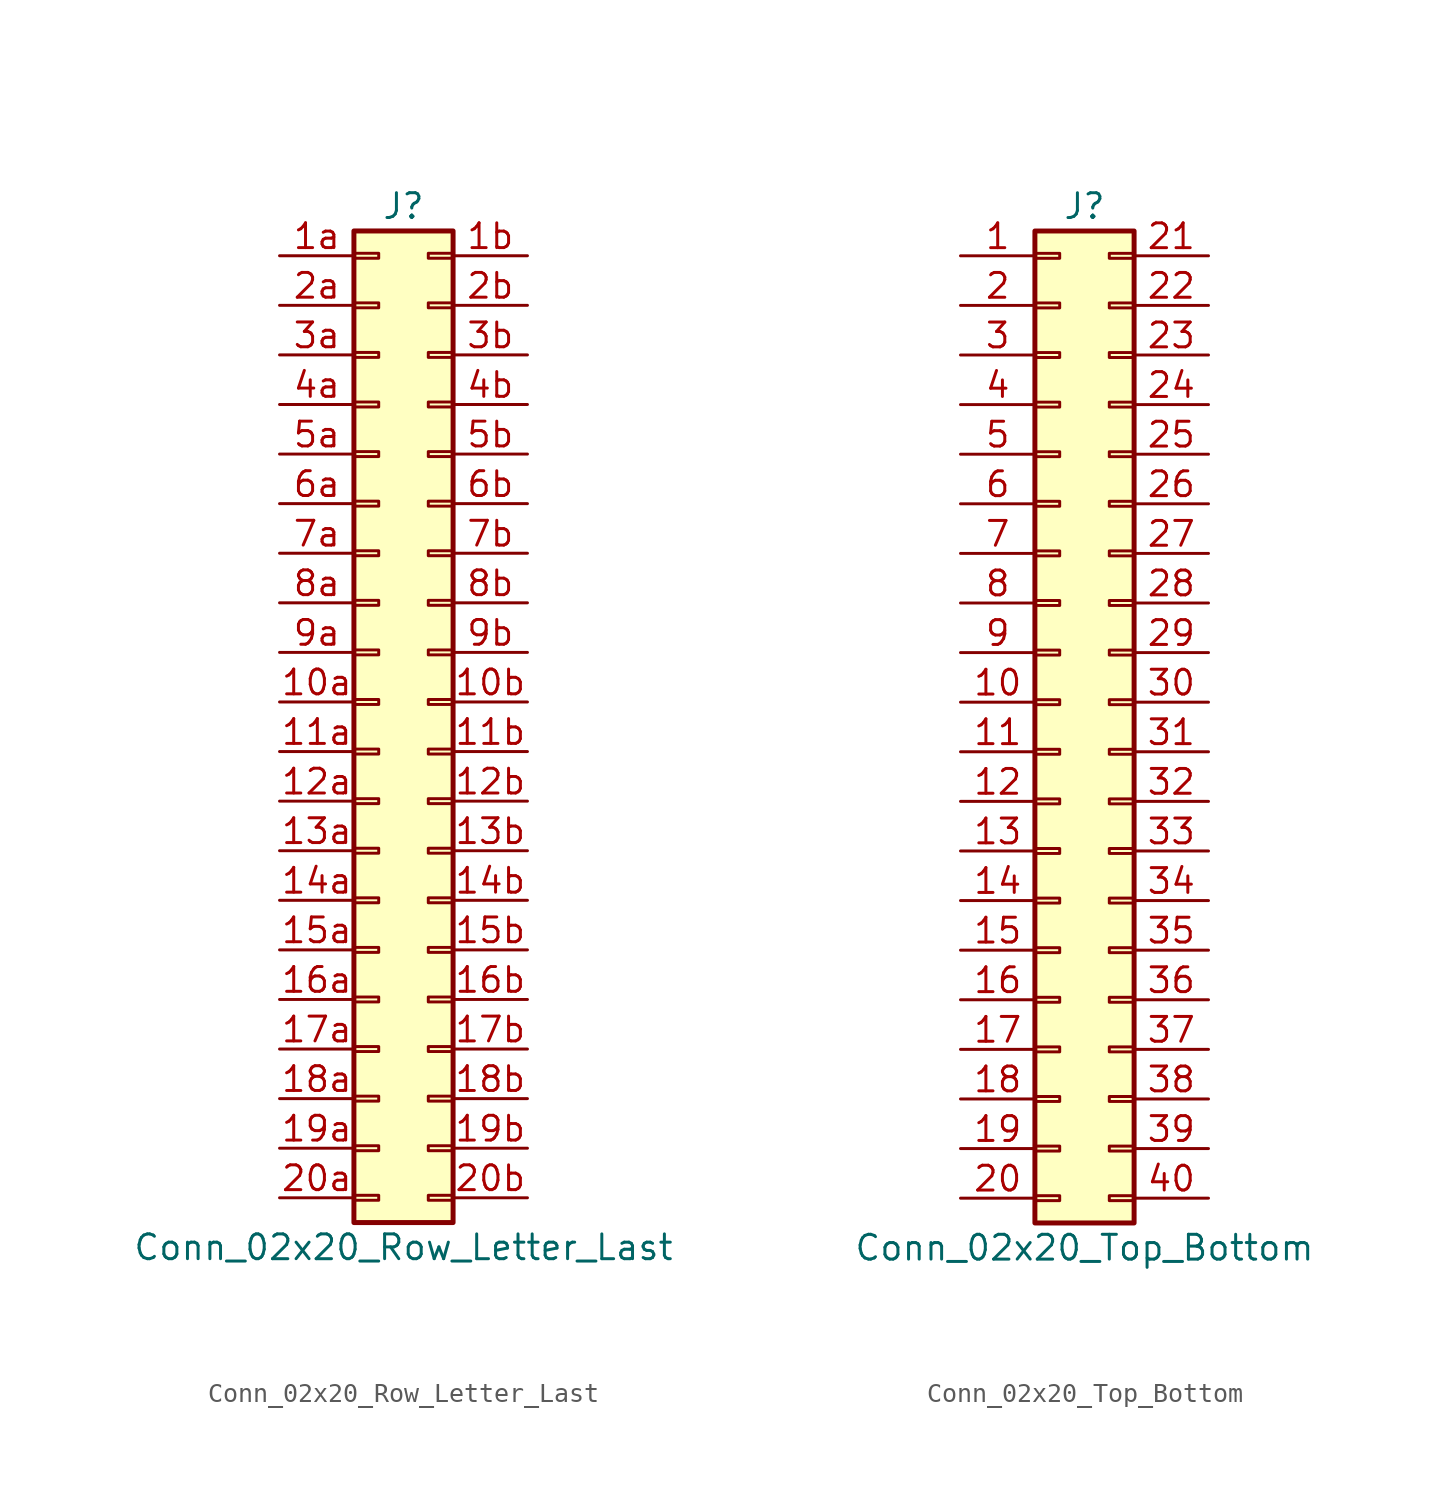
<source format=kicad_sym>
(kicad_symbol_lib
  (version 20220914)
  (generator kicad_symbol_editor)
  (symbol "Conn_02x20_Row_Letter_Last"
    (pin_names
      (offset 1.016) hide)
    (property "Reference" "J"
      (at 1.27 25.4 0)
      (effects (font (size 1.27 1.27))))
    (property "Value" "Conn_02x20_Row_Letter_Last"
      (at 1.27 -27.94 0)
      (effects (font (size 1.27 1.27))))
    (symbol "Conn_02x20_Row_Letter_Last_1_1"
      (rectangle (start -1.27 -25.273) (end 0 -25.527) (stroke (width 0.152) (type default)) (fill (type none)))
      (rectangle (start -1.27 -22.733) (end 0 -22.987) (stroke (width 0.152) (type default)) (fill (type none)))
      (rectangle (start -1.27 -20.193) (end 0 -20.447) (stroke (width 0.152) (type default)) (fill (type none)))
      (rectangle (start -1.27 -17.653) (end 0 -17.907) (stroke (width 0.152) (type default)) (fill (type none)))
      (rectangle (start -1.27 -15.113) (end 0 -15.367) (stroke (width 0.152) (type default)) (fill (type none)))
      (rectangle (start -1.27 -12.573) (end 0 -12.827) (stroke (width 0.152) (type default)) (fill (type none)))
      (rectangle (start -1.27 -10.033) (end 0 -10.287) (stroke (width 0.152) (type default)) (fill (type none)))
      (rectangle (start -1.27 -7.493) (end 0 -7.747) (stroke (width 0.152) (type default)) (fill (type none)))
      (rectangle (start -1.27 -4.953) (end 0 -5.207) (stroke (width 0.152) (type default)) (fill (type none)))
      (rectangle (start -1.27 -2.413) (end 0 -2.667) (stroke (width 0.152) (type default)) (fill (type none)))
      (rectangle (start -1.27 0.127) (end 0 -0.127) (stroke (width 0.152) (type default)) (fill (type none)))
      (rectangle (start -1.27 2.667) (end 0 2.413) (stroke (width 0.152) (type default)) (fill (type none)))
      (rectangle (start -1.27 5.207) (end 0 4.953) (stroke (width 0.152) (type default)) (fill (type none)))
      (rectangle (start -1.27 7.747) (end 0 7.493) (stroke (width 0.152) (type default)) (fill (type none)))
      (rectangle (start -1.27 10.287) (end 0 10.033) (stroke (width 0.152) (type default)) (fill (type none)))
      (rectangle (start -1.27 12.827) (end 0 12.573) (stroke (width 0.152) (type default)) (fill (type none)))
      (rectangle (start -1.27 15.367) (end 0 15.113) (stroke (width 0.152) (type default)) (fill (type none)))
      (rectangle (start -1.27 17.907) (end 0 17.653) (stroke (width 0.152) (type default)) (fill (type none)))
      (rectangle (start -1.27 20.447) (end 0 20.193) (stroke (width 0.152) (type default)) (fill (type none)))
      (rectangle (start -1.27 22.987) (end 0 22.733) (stroke (width 0.152) (type default)) (fill (type none)))
      (rectangle (start -1.27 24.13) (end 3.81 -26.67) (stroke (width 0.254) (type default)) (fill (type background)))
      (rectangle (start 3.81 -25.273) (end 2.54 -25.527) (stroke (width 0.152) (type default)) (fill (type none)))
      (rectangle (start 3.81 -22.733) (end 2.54 -22.987) (stroke (width 0.152) (type default)) (fill (type none)))
      (rectangle (start 3.81 -20.193) (end 2.54 -20.447) (stroke (width 0.152) (type default)) (fill (type none)))
      (rectangle (start 3.81 -17.653) (end 2.54 -17.907) (stroke (width 0.152) (type default)) (fill (type none)))
      (rectangle (start 3.81 -15.113) (end 2.54 -15.367) (stroke (width 0.152) (type default)) (fill (type none)))
      (rectangle (start 3.81 -12.573) (end 2.54 -12.827) (stroke (width 0.152) (type default)) (fill (type none)))
      (rectangle (start 3.81 -10.033) (end 2.54 -10.287) (stroke (width 0.152) (type default)) (fill (type none)))
      (rectangle (start 3.81 -7.493) (end 2.54 -7.747) (stroke (width 0.152) (type default)) (fill (type none)))
      (rectangle (start 3.81 -4.953) (end 2.54 -5.207) (stroke (width 0.152) (type default)) (fill (type none)))
      (rectangle (start 3.81 -2.413) (end 2.54 -2.667) (stroke (width 0.152) (type default)) (fill (type none)))
      (rectangle (start 3.81 0.127) (end 2.54 -0.127) (stroke (width 0.152) (type default)) (fill (type none)))
      (rectangle (start 3.81 2.667) (end 2.54 2.413) (stroke (width 0.152) (type default)) (fill (type none)))
      (rectangle (start 3.81 5.207) (end 2.54 4.953) (stroke (width 0.152) (type default)) (fill (type none)))
      (rectangle (start 3.81 7.747) (end 2.54 7.493) (stroke (width 0.152) (type default)) (fill (type none)))
      (rectangle (start 3.81 10.287) (end 2.54 10.033) (stroke (width 0.152) (type default)) (fill (type none)))
      (rectangle (start 3.81 12.827) (end 2.54 12.573) (stroke (width 0.152) (type default)) (fill (type none)))
      (rectangle (start 3.81 15.367) (end 2.54 15.113) (stroke (width 0.152) (type default)) (fill (type none)))
      (rectangle (start 3.81 17.907) (end 2.54 17.653) (stroke (width 0.152) (type default)) (fill (type none)))
      (rectangle (start 3.81 20.447) (end 2.54 20.193) (stroke (width 0.152) (type default)) (fill (type none)))
      (rectangle (start 3.81 22.987) (end 2.54 22.733) (stroke (width 0.152) (type default)) (fill (type none)))
      (pin passive line (at -5.08 0 0) (length 3.81) (name "Pin_10a" (effects (font (size 1.27 1.27)))) (number "10a" (effects (font (size 1.27 1.27)))))
      (pin passive line (at 7.62 0 180) (length 3.81) (name "Pin_10b" (effects (font (size 1.27 1.27)))) (number "10b" (effects (font (size 1.27 1.27)))))
      (pin passive line (at -5.08 -2.54 0) (length 3.81) (name "Pin_11a" (effects (font (size 1.27 1.27)))) (number "11a" (effects (font (size 1.27 1.27)))))
      (pin passive line (at 7.62 -2.54 180) (length 3.81) (name "Pin_11b" (effects (font (size 1.27 1.27)))) (number "11b" (effects (font (size 1.27 1.27)))))
      (pin passive line (at -5.08 -5.08 0) (length 3.81) (name "Pin_12a" (effects (font (size 1.27 1.27)))) (number "12a" (effects (font (size 1.27 1.27)))))
      (pin passive line (at 7.62 -5.08 180) (length 3.81) (name "Pin_12b" (effects (font (size 1.27 1.27)))) (number "12b" (effects (font (size 1.27 1.27)))))
      (pin passive line (at -5.08 -7.62 0) (length 3.81) (name "Pin_13a" (effects (font (size 1.27 1.27)))) (number "13a" (effects (font (size 1.27 1.27)))))
      (pin passive line (at 7.62 -7.62 180) (length 3.81) (name "Pin_13b" (effects (font (size 1.27 1.27)))) (number "13b" (effects (font (size 1.27 1.27)))))
      (pin passive line (at -5.08 -10.16 0) (length 3.81) (name "Pin_14a" (effects (font (size 1.27 1.27)))) (number "14a" (effects (font (size 1.27 1.27)))))
      (pin passive line (at 7.62 -10.16 180) (length 3.81) (name "Pin_14b" (effects (font (size 1.27 1.27)))) (number "14b" (effects (font (size 1.27 1.27)))))
      (pin passive line (at -5.08 -12.7 0) (length 3.81) (name "Pin_15a" (effects (font (size 1.27 1.27)))) (number "15a" (effects (font (size 1.27 1.27)))))
      (pin passive line (at 7.62 -12.7 180) (length 3.81) (name "Pin_15b" (effects (font (size 1.27 1.27)))) (number "15b" (effects (font (size 1.27 1.27)))))
      (pin passive line (at -5.08 -15.24 0) (length 3.81) (name "Pin_16a" (effects (font (size 1.27 1.27)))) (number "16a" (effects (font (size 1.27 1.27)))))
      (pin passive line (at 7.62 -15.24 180) (length 3.81) (name "Pin_16b" (effects (font (size 1.27 1.27)))) (number "16b" (effects (font (size 1.27 1.27)))))
      (pin passive line (at -5.08 -17.78 0) (length 3.81) (name "Pin_17a" (effects (font (size 1.27 1.27)))) (number "17a" (effects (font (size 1.27 1.27)))))
      (pin passive line (at 7.62 -17.78 180) (length 3.81) (name "Pin_17b" (effects (font (size 1.27 1.27)))) (number "17b" (effects (font (size 1.27 1.27)))))
      (pin passive line (at -5.08 -20.32 0) (length 3.81) (name "Pin_18a" (effects (font (size 1.27 1.27)))) (number "18a" (effects (font (size 1.27 1.27)))))
      (pin passive line (at 7.62 -20.32 180) (length 3.81) (name "Pin_18b" (effects (font (size 1.27 1.27)))) (number "18b" (effects (font (size 1.27 1.27)))))
      (pin passive line (at -5.08 -22.86 0) (length 3.81) (name "Pin_19a" (effects (font (size 1.27 1.27)))) (number "19a" (effects (font (size 1.27 1.27)))))
      (pin passive line (at 7.62 -22.86 180) (length 3.81) (name "Pin_19b" (effects (font (size 1.27 1.27)))) (number "19b" (effects (font (size 1.27 1.27)))))
      (pin passive line (at -5.08 22.86 0) (length 3.81) (name "Pin_1a" (effects (font (size 1.27 1.27)))) (number "1a" (effects (font (size 1.27 1.27)))))
      (pin passive line (at 7.62 22.86 180) (length 3.81) (name "Pin_1b" (effects (font (size 1.27 1.27)))) (number "1b" (effects (font (size 1.27 1.27)))))
      (pin passive line (at -5.08 -25.4 0) (length 3.81) (name "Pin_20a" (effects (font (size 1.27 1.27)))) (number "20a" (effects (font (size 1.27 1.27)))))
      (pin passive line (at 7.62 -25.4 180) (length 3.81) (name "Pin_20b" (effects (font (size 1.27 1.27)))) (number "20b" (effects (font (size 1.27 1.27)))))
      (pin passive line (at -5.08 20.32 0) (length 3.81) (name "Pin_2a" (effects (font (size 1.27 1.27)))) (number "2a" (effects (font (size 1.27 1.27)))))
      (pin passive line (at 7.62 20.32 180) (length 3.81) (name "Pin_2b" (effects (font (size 1.27 1.27)))) (number "2b" (effects (font (size 1.27 1.27)))))
      (pin passive line (at -5.08 17.78 0) (length 3.81) (name "Pin_3a" (effects (font (size 1.27 1.27)))) (number "3a" (effects (font (size 1.27 1.27)))))
      (pin passive line (at 7.62 17.78 180) (length 3.81) (name "Pin_3b" (effects (font (size 1.27 1.27)))) (number "3b" (effects (font (size 1.27 1.27)))))
      (pin passive line (at -5.08 15.24 0) (length 3.81) (name "Pin_4a" (effects (font (size 1.27 1.27)))) (number "4a" (effects (font (size 1.27 1.27)))))
      (pin passive line (at 7.62 15.24 180) (length 3.81) (name "Pin_4b" (effects (font (size 1.27 1.27)))) (number "4b" (effects (font (size 1.27 1.27)))))
      (pin passive line (at -5.08 12.7 0) (length 3.81) (name "Pin_5a" (effects (font (size 1.27 1.27)))) (number "5a" (effects (font (size 1.27 1.27)))))
      (pin passive line (at 7.62 12.7 180) (length 3.81) (name "Pin_5b" (effects (font (size 1.27 1.27)))) (number "5b" (effects (font (size 1.27 1.27)))))
      (pin passive line (at -5.08 10.16 0) (length 3.81) (name "Pin_6a" (effects (font (size 1.27 1.27)))) (number "6a" (effects (font (size 1.27 1.27)))))
      (pin passive line (at 7.62 10.16 180) (length 3.81) (name "Pin_6b" (effects (font (size 1.27 1.27)))) (number "6b" (effects (font (size 1.27 1.27)))))
      (pin passive line (at -5.08 7.62 0) (length 3.81) (name "Pin_7a" (effects (font (size 1.27 1.27)))) (number "7a" (effects (font (size 1.27 1.27)))))
      (pin passive line (at 7.62 7.62 180) (length 3.81) (name "Pin_7b" (effects (font (size 1.27 1.27)))) (number "7b" (effects (font (size 1.27 1.27)))))
      (pin passive line (at -5.08 5.08 0) (length 3.81) (name "Pin_8a" (effects (font (size 1.27 1.27)))) (number "8a" (effects (font (size 1.27 1.27)))))
      (pin passive line (at 7.62 5.08 180) (length 3.81) (name "Pin_8b" (effects (font (size 1.27 1.27)))) (number "8b" (effects (font (size 1.27 1.27)))))
      (pin passive line (at -5.08 2.54 0) (length 3.81) (name "Pin_9a" (effects (font (size 1.27 1.27)))) (number "9a" (effects (font (size 1.27 1.27)))))
      (pin passive line (at 7.62 2.54 180) (length 3.81) (name "Pin_9b" (effects (font (size 1.27 1.27)))) (number "9b" (effects (font (size 1.27 1.27)))))))
  (symbol "Conn_02x20_Top_Bottom"
    (pin_names
      (offset 1.016) hide)
    (property "Reference" "J"
      (at 1.27 25.4 0)
      (effects (font (size 1.27 1.27))))
    (property "Value" "Conn_02x20_Top_Bottom"
      (at 1.27 -27.94 0)
      (effects (font (size 1.27 1.27))))
    (symbol "Conn_02x20_Top_Bottom_1_1"
      (rectangle (start -1.27 -25.273) (end 0 -25.527) (stroke (width 0.152) (type default)) (fill (type none)))
      (rectangle (start -1.27 -22.733) (end 0 -22.987) (stroke (width 0.152) (type default)) (fill (type none)))
      (rectangle (start -1.27 -20.193) (end 0 -20.447) (stroke (width 0.152) (type default)) (fill (type none)))
      (rectangle (start -1.27 -17.653) (end 0 -17.907) (stroke (width 0.152) (type default)) (fill (type none)))
      (rectangle (start -1.27 -15.113) (end 0 -15.367) (stroke (width 0.152) (type default)) (fill (type none)))
      (rectangle (start -1.27 -12.573) (end 0 -12.827) (stroke (width 0.152) (type default)) (fill (type none)))
      (rectangle (start -1.27 -10.033) (end 0 -10.287) (stroke (width 0.152) (type default)) (fill (type none)))
      (rectangle (start -1.27 -7.493) (end 0 -7.747) (stroke (width 0.152) (type default)) (fill (type none)))
      (rectangle (start -1.27 -4.953) (end 0 -5.207) (stroke (width 0.152) (type default)) (fill (type none)))
      (rectangle (start -1.27 -2.413) (end 0 -2.667) (stroke (width 0.152) (type default)) (fill (type none)))
      (rectangle (start -1.27 0.127) (end 0 -0.127) (stroke (width 0.152) (type default)) (fill (type none)))
      (rectangle (start -1.27 2.667) (end 0 2.413) (stroke (width 0.152) (type default)) (fill (type none)))
      (rectangle (start -1.27 5.207) (end 0 4.953) (stroke (width 0.152) (type default)) (fill (type none)))
      (rectangle (start -1.27 7.747) (end 0 7.493) (stroke (width 0.152) (type default)) (fill (type none)))
      (rectangle (start -1.27 10.287) (end 0 10.033) (stroke (width 0.152) (type default)) (fill (type none)))
      (rectangle (start -1.27 12.827) (end 0 12.573) (stroke (width 0.152) (type default)) (fill (type none)))
      (rectangle (start -1.27 15.367) (end 0 15.113) (stroke (width 0.152) (type default)) (fill (type none)))
      (rectangle (start -1.27 17.907) (end 0 17.653) (stroke (width 0.152) (type default)) (fill (type none)))
      (rectangle (start -1.27 20.447) (end 0 20.193) (stroke (width 0.152) (type default)) (fill (type none)))
      (rectangle (start -1.27 22.987) (end 0 22.733) (stroke (width 0.152) (type default)) (fill (type none)))
      (rectangle (start -1.27 24.13) (end 3.81 -26.67) (stroke (width 0.254) (type default)) (fill (type background)))
      (rectangle (start 3.81 -25.273) (end 2.54 -25.527) (stroke (width 0.152) (type default)) (fill (type none)))
      (rectangle (start 3.81 -22.733) (end 2.54 -22.987) (stroke (width 0.152) (type default)) (fill (type none)))
      (rectangle (start 3.81 -20.193) (end 2.54 -20.447) (stroke (width 0.152) (type default)) (fill (type none)))
      (rectangle (start 3.81 -17.653) (end 2.54 -17.907) (stroke (width 0.152) (type default)) (fill (type none)))
      (rectangle (start 3.81 -15.113) (end 2.54 -15.367) (stroke (width 0.152) (type default)) (fill (type none)))
      (rectangle (start 3.81 -12.573) (end 2.54 -12.827) (stroke (width 0.152) (type default)) (fill (type none)))
      (rectangle (start 3.81 -10.033) (end 2.54 -10.287) (stroke (width 0.152) (type default)) (fill (type none)))
      (rectangle (start 3.81 -7.493) (end 2.54 -7.747) (stroke (width 0.152) (type default)) (fill (type none)))
      (rectangle (start 3.81 -4.953) (end 2.54 -5.207) (stroke (width 0.152) (type default)) (fill (type none)))
      (rectangle (start 3.81 -2.413) (end 2.54 -2.667) (stroke (width 0.152) (type default)) (fill (type none)))
      (rectangle (start 3.81 0.127) (end 2.54 -0.127) (stroke (width 0.152) (type default)) (fill (type none)))
      (rectangle (start 3.81 2.667) (end 2.54 2.413) (stroke (width 0.152) (type default)) (fill (type none)))
      (rectangle (start 3.81 5.207) (end 2.54 4.953) (stroke (width 0.152) (type default)) (fill (type none)))
      (rectangle (start 3.81 7.747) (end 2.54 7.493) (stroke (width 0.152) (type default)) (fill (type none)))
      (rectangle (start 3.81 10.287) (end 2.54 10.033) (stroke (width 0.152) (type default)) (fill (type none)))
      (rectangle (start 3.81 12.827) (end 2.54 12.573) (stroke (width 0.152) (type default)) (fill (type none)))
      (rectangle (start 3.81 15.367) (end 2.54 15.113) (stroke (width 0.152) (type default)) (fill (type none)))
      (rectangle (start 3.81 17.907) (end 2.54 17.653) (stroke (width 0.152) (type default)) (fill (type none)))
      (rectangle (start 3.81 20.447) (end 2.54 20.193) (stroke (width 0.152) (type default)) (fill (type none)))
      (rectangle (start 3.81 22.987) (end 2.54 22.733) (stroke (width 0.152) (type default)) (fill (type none)))
      (pin passive line (at -5.08 22.86 0) (length 3.81) (name "Pin_1" (effects (font (size 1.27 1.27)))) (number "1" (effects (font (size 1.27 1.27)))))
      (pin passive line (at -5.08 0 0) (length 3.81) (name "Pin_10" (effects (font (size 1.27 1.27)))) (number "10" (effects (font (size 1.27 1.27)))))
      (pin passive line (at -5.08 -2.54 0) (length 3.81) (name "Pin_11" (effects (font (size 1.27 1.27)))) (number "11" (effects (font (size 1.27 1.27)))))
      (pin passive line (at -5.08 -5.08 0) (length 3.81) (name "Pin_12" (effects (font (size 1.27 1.27)))) (number "12" (effects (font (size 1.27 1.27)))))
      (pin passive line (at -5.08 -7.62 0) (length 3.81) (name "Pin_13" (effects (font (size 1.27 1.27)))) (number "13" (effects (font (size 1.27 1.27)))))
      (pin passive line (at -5.08 -10.16 0) (length 3.81) (name "Pin_14" (effects (font (size 1.27 1.27)))) (number "14" (effects (font (size 1.27 1.27)))))
      (pin passive line (at -5.08 -12.7 0) (length 3.81) (name "Pin_15" (effects (font (size 1.27 1.27)))) (number "15" (effects (font (size 1.27 1.27)))))
      (pin passive line (at -5.08 -15.24 0) (length 3.81) (name "Pin_16" (effects (font (size 1.27 1.27)))) (number "16" (effects (font (size 1.27 1.27)))))
      (pin passive line (at -5.08 -17.78 0) (length 3.81) (name "Pin_17" (effects (font (size 1.27 1.27)))) (number "17" (effects (font (size 1.27 1.27)))))
      (pin passive line (at -5.08 -20.32 0) (length 3.81) (name "Pin_18" (effects (font (size 1.27 1.27)))) (number "18" (effects (font (size 1.27 1.27)))))
      (pin passive line (at -5.08 -22.86 0) (length 3.81) (name "Pin_19" (effects (font (size 1.27 1.27)))) (number "19" (effects (font (size 1.27 1.27)))))
      (pin passive line (at -5.08 20.32 0) (length 3.81) (name "Pin_2" (effects (font (size 1.27 1.27)))) (number "2" (effects (font (size 1.27 1.27)))))
      (pin passive line (at -5.08 -25.4 0) (length 3.81) (name "Pin_20" (effects (font (size 1.27 1.27)))) (number "20" (effects (font (size 1.27 1.27)))))
      (pin passive line (at 7.62 22.86 180) (length 3.81) (name "Pin_21" (effects (font (size 1.27 1.27)))) (number "21" (effects (font (size 1.27 1.27)))))
      (pin passive line (at 7.62 20.32 180) (length 3.81) (name "Pin_22" (effects (font (size 1.27 1.27)))) (number "22" (effects (font (size 1.27 1.27)))))
      (pin passive line (at 7.62 17.78 180) (length 3.81) (name "Pin_23" (effects (font (size 1.27 1.27)))) (number "23" (effects (font (size 1.27 1.27)))))
      (pin passive line (at 7.62 15.24 180) (length 3.81) (name "Pin_24" (effects (font (size 1.27 1.27)))) (number "24" (effects (font (size 1.27 1.27)))))
      (pin passive line (at 7.62 12.7 180) (length 3.81) (name "Pin_25" (effects (font (size 1.27 1.27)))) (number "25" (effects (font (size 1.27 1.27)))))
      (pin passive line (at 7.62 10.16 180) (length 3.81) (name "Pin_26" (effects (font (size 1.27 1.27)))) (number "26" (effects (font (size 1.27 1.27)))))
      (pin passive line (at 7.62 7.62 180) (length 3.81) (name "Pin_27" (effects (font (size 1.27 1.27)))) (number "27" (effects (font (size 1.27 1.27)))))
      (pin passive line (at 7.62 5.08 180) (length 3.81) (name "Pin_28" (effects (font (size 1.27 1.27)))) (number "28" (effects (font (size 1.27 1.27)))))
      (pin passive line (at 7.62 2.54 180) (length 3.81) (name "Pin_29" (effects (font (size 1.27 1.27)))) (number "29" (effects (font (size 1.27 1.27)))))
      (pin passive line (at -5.08 17.78 0) (length 3.81) (name "Pin_3" (effects (font (size 1.27 1.27)))) (number "3" (effects (font (size 1.27 1.27)))))
      (pin passive line (at 7.62 0 180) (length 3.81) (name "Pin_30" (effects (font (size 1.27 1.27)))) (number "30" (effects (font (size 1.27 1.27)))))
      (pin passive line (at 7.62 -2.54 180) (length 3.81) (name "Pin_31" (effects (font (size 1.27 1.27)))) (number "31" (effects (font (size 1.27 1.27)))))
      (pin passive line (at 7.62 -5.08 180) (length 3.81) (name "Pin_32" (effects (font (size 1.27 1.27)))) (number "32" (effects (font (size 1.27 1.27)))))
      (pin passive line (at 7.62 -7.62 180) (length 3.81) (name "Pin_33" (effects (font (size 1.27 1.27)))) (number "33" (effects (font (size 1.27 1.27)))))
      (pin passive line (at 7.62 -10.16 180) (length 3.81) (name "Pin_34" (effects (font (size 1.27 1.27)))) (number "34" (effects (font (size 1.27 1.27)))))
      (pin passive line (at 7.62 -12.7 180) (length 3.81) (name "Pin_35" (effects (font (size 1.27 1.27)))) (number "35" (effects (font (size 1.27 1.27)))))
      (pin passive line (at 7.62 -15.24 180) (length 3.81) (name "Pin_36" (effects (font (size 1.27 1.27)))) (number "36" (effects (font (size 1.27 1.27)))))
      (pin passive line (at 7.62 -17.78 180) (length 3.81) (name "Pin_37" (effects (font (size 1.27 1.27)))) (number "37" (effects (font (size 1.27 1.27)))))
      (pin passive line (at 7.62 -20.32 180) (length 3.81) (name "Pin_38" (effects (font (size 1.27 1.27)))) (number "38" (effects (font (size 1.27 1.27)))))
      (pin passive line (at 7.62 -22.86 180) (length 3.81) (name "Pin_39" (effects (font (size 1.27 1.27)))) (number "39" (effects (font (size 1.27 1.27)))))
      (pin passive line (at -5.08 15.24 0) (length 3.81) (name "Pin_4" (effects (font (size 1.27 1.27)))) (number "4" (effects (font (size 1.27 1.27)))))
      (pin passive line (at 7.62 -25.4 180) (length 3.81) (name "Pin_40" (effects (font (size 1.27 1.27)))) (number "40" (effects (font (size 1.27 1.27)))))
      (pin passive line (at -5.08 12.7 0) (length 3.81) (name "Pin_5" (effects (font (size 1.27 1.27)))) (number "5" (effects (font (size 1.27 1.27)))))
      (pin passive line (at -5.08 10.16 0) (length 3.81) (name "Pin_6" (effects (font (size 1.27 1.27)))) (number "6" (effects (font (size 1.27 1.27)))))
      (pin passive line (at -5.08 7.62 0) (length 3.81) (name "Pin_7" (effects (font (size 1.27 1.27)))) (number "7" (effects (font (size 1.27 1.27)))))
      (pin passive line (at -5.08 5.08 0) (length 3.81) (name "Pin_8" (effects (font (size 1.27 1.27)))) (number "8" (effects (font (size 1.27 1.27)))))
      (pin passive line (at -5.08 2.54 0) (length 3.81) (name "Pin_9" (effects (font (size 1.27 1.27)))) (number "9" (effects (font (size 1.27 1.27))))))))
</source>
